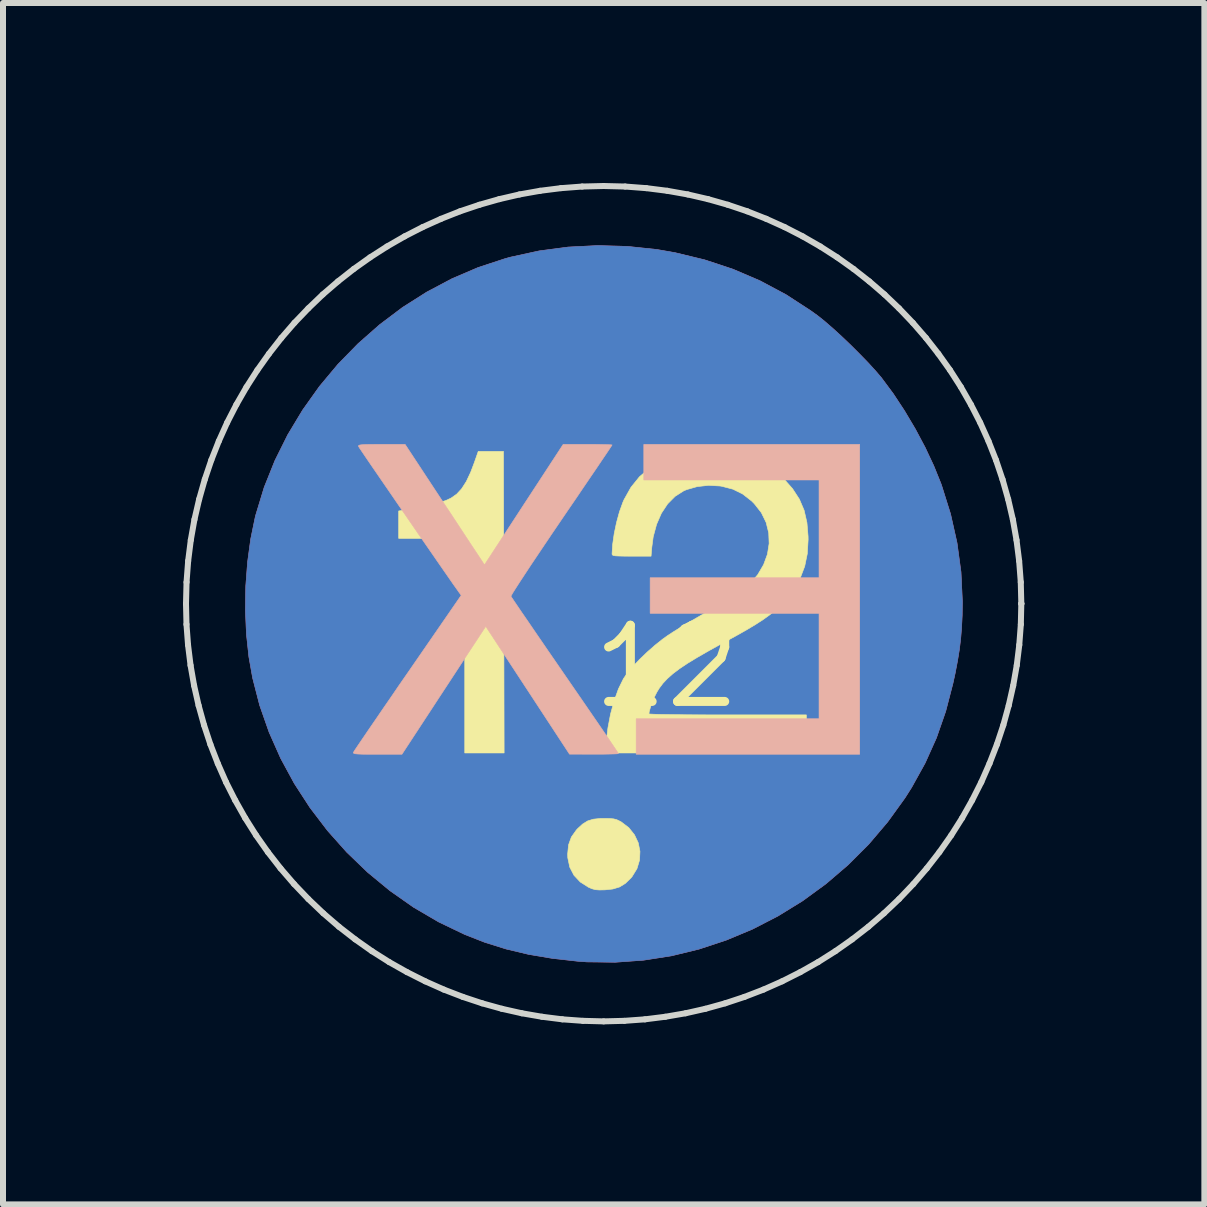
<source format=kicad_pcb>
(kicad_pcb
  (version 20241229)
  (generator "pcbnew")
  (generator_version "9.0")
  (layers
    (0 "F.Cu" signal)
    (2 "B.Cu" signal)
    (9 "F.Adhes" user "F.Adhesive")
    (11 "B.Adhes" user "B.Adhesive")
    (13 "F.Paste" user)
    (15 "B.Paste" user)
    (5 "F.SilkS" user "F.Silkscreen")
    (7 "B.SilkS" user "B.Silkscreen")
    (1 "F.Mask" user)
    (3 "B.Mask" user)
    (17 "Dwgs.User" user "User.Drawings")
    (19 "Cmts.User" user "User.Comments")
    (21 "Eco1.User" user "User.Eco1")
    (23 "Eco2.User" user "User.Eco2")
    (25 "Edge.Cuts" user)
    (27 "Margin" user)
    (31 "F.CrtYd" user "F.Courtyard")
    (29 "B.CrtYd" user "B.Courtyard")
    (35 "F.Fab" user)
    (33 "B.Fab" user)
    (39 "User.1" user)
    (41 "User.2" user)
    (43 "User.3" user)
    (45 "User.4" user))
  (footprint "12"
    (layer "F.Cu")
    (at 8.061 8.061)
    (property "Reference" "12" (at 0 0 0) (layer "F.SilkS") (effects (font (size 1.27 1.27) (thickness 0.15))))
    (attr through_hole)
    (fp_poly (pts (xy -0.654 -7.004) (xy -0.162 -6.952) (xy 0.141 -6.899) (xy 0.632 -6.78) (xy 1.104 -6.624) (xy 1.555 -6.431) (xy 1.988 -6.2) (xy 2.402 -5.931) (xy 2.517 -5.848) (xy 2.632 -5.756) (xy 2.767 -5.639) (xy 2.914 -5.505) (xy 3.067 -5.359) (xy 3.217 -5.209) (xy 3.358 -5.064) (xy 3.482 -4.928) (xy 3.582 -4.811) (xy 3.586 -4.805) (xy 3.776 -4.549) (xy 3.963 -4.265) (xy 4.143 -3.962) (xy 4.308 -3.652) (xy 4.452 -3.345) (xy 4.57 -3.053) (xy 4.58 -3.026) (xy 4.731 -2.544) (xy 4.839 -2.062) (xy 4.905 -1.577) (xy 4.928 -1.09) (xy 4.925 -0.857) (xy 4.915 -0.654) (xy 4.9 -0.468) (xy 4.878 -0.286) (xy 4.847 -0.096) (xy 4.807 0.113) (xy 4.771 0.278) (xy 4.65 0.744) (xy 4.496 1.186) (xy 4.307 1.607) (xy 4.082 2.013) (xy 3.971 2.188) (xy 3.683 2.587) (xy 3.366 2.96) (xy 3.022 3.304) (xy 2.654 3.619) (xy 2.265 3.903) (xy 1.856 4.155) (xy 1.431 4.374) (xy 0.991 4.558) (xy 0.54 4.707) (xy 0.08 4.819) (xy -0.387 4.892) (xy -0.858 4.926) (xy -1.331 4.92) (xy -1.482 4.909) (xy -1.908 4.861) (xy -2.303 4.794) (xy -2.676 4.705) (xy -3.033 4.593) (xy -3.365 4.463) (xy -3.8 4.254) (xy -4.217 4.01) (xy -4.612 3.733) (xy -4.984 3.426) (xy -5.331 3.092) (xy -5.651 2.733) (xy -5.943 2.35) (xy -6.204 1.948) (xy -6.432 1.528) (xy -6.625 1.093) (xy -6.782 0.645) (xy -6.9 0.187) (xy -6.962 -0.162) (xy -7.003 -0.543) (xy -7.02 -0.94) (xy -7.014 -1.343) (xy -6.984 -1.742) (xy -6.932 -2.126) (xy -6.858 -2.485) (xy -6.847 -2.529) (xy -6.707 -2.989) (xy -6.528 -3.435) (xy -6.314 -3.865) (xy -6.066 -4.277) (xy -5.787 -4.669) (xy -5.479 -5.038) (xy -5.143 -5.382) (xy -4.783 -5.699) (xy -4.401 -5.987) (xy -3.997 -6.243) (xy -3.576 -6.466) (xy -3.139 -6.653) (xy -2.688 -6.801) (xy -2.596 -6.826) (xy -2.124 -6.929) (xy -1.64 -6.993) (xy -1.148 -7.018) (xy -0.654 -7.004)) (stroke (width 0.01) (type solid)) (fill yes) (layer "F.Cu"))
    (fp_poly (pts (xy -0.654 -7.004) (xy -0.162 -6.952) (xy 0.141 -6.899) (xy 0.632 -6.78) (xy 1.104 -6.624) (xy 1.555 -6.431) (xy 1.988 -6.2) (xy 2.402 -5.931) (xy 2.517 -5.848) (xy 2.632 -5.756) (xy 2.767 -5.639) (xy 2.914 -5.505) (xy 3.067 -5.359) (xy 3.217 -5.209) (xy 3.358 -5.064) (xy 3.482 -4.928) (xy 3.582 -4.811) (xy 3.586 -4.805) (xy 3.776 -4.549) (xy 3.963 -4.265) (xy 4.143 -3.962) (xy 4.308 -3.652) (xy 4.452 -3.345) (xy 4.57 -3.053) (xy 4.58 -3.026) (xy 4.731 -2.544) (xy 4.839 -2.062) (xy 4.905 -1.577) (xy 4.928 -1.09) (xy 4.925 -0.857) (xy 4.915 -0.654) (xy 4.9 -0.468) (xy 4.878 -0.286) (xy 4.847 -0.096) (xy 4.807 0.113) (xy 4.771 0.278) (xy 4.65 0.744) (xy 4.496 1.186) (xy 4.307 1.607) (xy 4.082 2.013) (xy 3.971 2.188) (xy 3.683 2.587) (xy 3.366 2.96) (xy 3.022 3.304) (xy 2.654 3.619) (xy 2.265 3.903) (xy 1.856 4.155) (xy 1.431 4.374) (xy 0.991 4.558) (xy 0.54 4.707) (xy 0.08 4.819) (xy -0.387 4.892) (xy -0.858 4.926) (xy -1.331 4.92) (xy -1.482 4.909) (xy -1.908 4.861) (xy -2.303 4.794) (xy -2.676 4.705) (xy -3.033 4.593) (xy -3.365 4.463) (xy -3.8 4.254) (xy -4.217 4.01) (xy -4.612 3.733) (xy -4.984 3.426) (xy -5.331 3.092) (xy -5.651 2.733) (xy -5.943 2.35) (xy -6.204 1.948) (xy -6.432 1.528) (xy -6.625 1.093) (xy -6.782 0.645) (xy -6.9 0.187) (xy -6.962 -0.162) (xy -7.003 -0.543) (xy -7.02 -0.94) (xy -7.014 -1.343) (xy -6.984 -1.742) (xy -6.932 -2.126) (xy -6.858 -2.485) (xy -6.847 -2.529) (xy -6.707 -2.989) (xy -6.528 -3.435) (xy -6.314 -3.865) (xy -6.066 -4.277) (xy -5.787 -4.669) (xy -5.479 -5.038) (xy -5.143 -5.382) (xy -4.783 -5.699) (xy -4.401 -5.987) (xy -3.997 -6.243) (xy -3.576 -6.466) (xy -3.139 -6.653) (xy -2.688 -6.801) (xy -2.596 -6.826) (xy -2.124 -6.929) (xy -1.64 -6.993) (xy -1.148 -7.018) (xy -0.654 -7.004)) (stroke (width 0.01) (type solid)) (fill yes) (layer "B.Cu"))
    (fp_poly (pts (xy -2.709 1.439) (xy -3.365 1.439) (xy -3.365 -2.138) (xy -4.466 -2.138) (xy -4.466 -2.595) (xy -4.274 -2.623) (xy -4.113 -2.65) (xy -3.953 -2.686) (xy -3.805 -2.727) (xy -3.679 -2.77) (xy -3.594 -2.809) (xy -3.5 -2.875) (xy -3.416 -2.966) (xy -3.339 -3.086) (xy -3.266 -3.241) (xy -3.207 -3.397) (xy -3.14 -3.588) (xy -2.72 -3.588) (xy -2.709 1.439)) (stroke (width 0.01) (type solid)) (fill yes) (layer "F.SilkS"))
    (fp_poly (pts (xy -0.952 2.531) (xy -0.884 2.537) (xy -0.833 2.55) (xy -0.783 2.574) (xy -0.758 2.587) (xy -0.631 2.684) (xy -0.536 2.803) (xy -0.473 2.937) (xy -0.445 3.079) (xy -0.452 3.225) (xy -0.495 3.367) (xy -0.576 3.499) (xy -0.597 3.524) (xy -0.689 3.613) (xy -0.785 3.672) (xy -0.898 3.706) (xy -1.027 3.72) (xy -1.12 3.722) (xy -1.188 3.717) (xy -1.246 3.701) (xy -1.302 3.677) (xy -1.44 3.589) (xy -1.545 3.477) (xy -1.615 3.342) (xy -1.648 3.186) (xy -1.65 3.122) (xy -1.635 2.97) (xy -1.588 2.84) (xy -1.505 2.723) (xy -1.486 2.702) (xy -1.4 2.623) (xy -1.316 2.571) (xy -1.221 2.542) (xy -1.103 2.53) (xy -1.048 2.53) (xy -0.952 2.531)) (stroke (width 0.01) (type solid)) (fill yes) (layer "F.SilkS"))
    (fp_poly (pts (xy 1.11 -3.558) (xy 1.369 -3.493) (xy 1.587 -3.404) (xy 1.682 -3.355) (xy 1.763 -3.301) (xy 1.844 -3.235) (xy 1.937 -3.147) (xy 1.949 -3.135) (xy 2.099 -2.965) (xy 2.212 -2.791) (xy 2.291 -2.606) (xy 2.338 -2.401) (xy 2.357 -2.172) (xy 2.358 -2.117) (xy 2.344 -1.882) (xy 2.301 -1.673) (xy 2.227 -1.479) (xy 2.117 -1.291) (xy 2.035 -1.18) (xy 1.961 -1.091) (xy 1.885 -1.01) (xy 1.805 -0.934) (xy 1.713 -0.86) (xy 1.607 -0.784) (xy 1.482 -0.703) (xy 1.332 -0.613) (xy 1.153 -0.512) (xy 0.941 -0.396) (xy 0.931 -0.391) (xy 0.703 -0.265) (xy 0.51 -0.154) (xy 0.347 -0.055) (xy 0.213 0.035) (xy 0.102 0.119) (xy 0.012 0.199) (xy -0.062 0.278) (xy -0.123 0.359) (xy -0.164 0.426) (xy -0.2 0.497) (xy -0.236 0.582) (xy -0.267 0.667) (xy -0.289 0.741) (xy -0.296 0.787) (xy -0.276 0.79) (xy -0.216 0.793) (xy -0.122 0.796) (xy 0.004 0.798) (xy 0.158 0.8) (xy 0.336 0.802) (xy 0.535 0.803) (xy 0.751 0.804) (xy 0.981 0.804) (xy 1.016 0.804) (xy 2.328 0.804) (xy 2.328 1.439) (xy -1.022 1.439) (xy -1.007 1.254) (xy -0.979 1.021) (xy -0.935 0.789) (xy -0.875 0.57) (xy -0.804 0.372) (xy -0.723 0.207) (xy -0.718 0.198) (xy -0.654 0.105) (xy -0.562 -0.004) (xy -0.45 -0.122) (xy -0.325 -0.242) (xy -0.194 -0.357) (xy -0.065 -0.46) (xy 0.021 -0.521) (xy 0.108 -0.578) (xy 0.223 -0.649) (xy 0.356 -0.729) (xy 0.497 -0.812) (xy 0.637 -0.893) (xy 0.667 -0.91) (xy 0.797 -0.984) (xy 0.924 -1.058) (xy 1.039 -1.126) (xy 1.134 -1.185) (xy 1.203 -1.229) (xy 1.22 -1.24) (xy 1.386 -1.379) (xy 1.518 -1.533) (xy 1.616 -1.7) (xy 1.68 -1.874) (xy 1.708 -2.052) (xy 1.701 -2.23) (xy 1.658 -2.403) (xy 1.578 -2.567) (xy 1.46 -2.717) (xy 1.416 -2.761) (xy 1.266 -2.878) (xy 1.104 -2.958) (xy 0.92 -3.006) (xy 0.89 -3.011) (xy 0.699 -3.022) (xy 0.509 -3.001) (xy 0.334 -2.951) (xy 0.284 -2.93) (xy 0.141 -2.839) (xy 0.016 -2.713) (xy -0.088 -2.556) (xy -0.168 -2.372) (xy -0.224 -2.165) (xy -0.248 -1.986) (xy -0.26 -1.841) (xy -0.585 -1.841) (xy -0.709 -1.842) (xy -0.797 -1.844) (xy -0.855 -1.847) (xy -0.889 -1.853) (xy -0.905 -1.863) (xy -0.91 -1.876) (xy -0.91 -1.879) (xy -0.9 -2.038) (xy -0.874 -2.218) (xy -0.835 -2.404) (xy -0.786 -2.583) (xy -0.73 -2.738) (xy -0.711 -2.782) (xy -0.595 -2.989) (xy -0.453 -3.165) (xy -0.286 -3.308) (xy -0.09 -3.422) (xy 0.134 -3.505) (xy 0.388 -3.559) (xy 0.537 -3.577) (xy 0.833 -3.586) (xy 1.11 -3.558)) (stroke (width 0.01) (type solid)) (fill yes) (layer "F.SilkS"))
    (fp_poly (pts (xy 3.217 1.46) (xy -0.508 1.46) (xy -0.508 0.868) (xy 2.54 0.868) (xy 2.54 -0.889) (xy -0.275 -0.889) (xy -0.275 -1.482) (xy 2.54 -1.482) (xy 2.54 -3.111) (xy -0.381 -3.111) (xy -0.381 -3.704) (xy 3.217 -3.704) (xy 3.217 1.46)) (stroke (width 0.01) (type solid)) (fill yes) (layer "B.SilkS"))
    (fp_poly (pts (xy -3.882 -2.979) (xy -3.77 -2.809) (xy -3.657 -2.638) (xy -3.548 -2.473) (xy -3.447 -2.319) (xy -3.357 -2.182) (xy -3.282 -2.068) (xy -3.226 -1.983) (xy -3.22 -1.975) (xy -3.036 -1.696) (xy -2.381 -2.7) (xy -1.725 -3.704) (xy -1.318 -3.704) (xy -1.192 -3.704) (xy -1.081 -3.702) (xy -0.993 -3.7) (xy -0.934 -3.698) (xy -0.91 -3.695) (xy -0.91 -3.695) (xy -0.922 -3.676) (xy -0.955 -3.626) (xy -1.009 -3.545) (xy -1.081 -3.439) (xy -1.169 -3.308) (xy -1.272 -3.157) (xy -1.387 -2.988) (xy -1.512 -2.803) (xy -1.647 -2.606) (xy -1.758 -2.443) (xy -1.898 -2.237) (xy -2.03 -2.041) (xy -2.153 -1.858) (xy -2.265 -1.691) (xy -2.363 -1.542) (xy -2.447 -1.414) (xy -2.514 -1.31) (xy -2.562 -1.234) (xy -2.589 -1.187) (xy -2.595 -1.173) (xy -2.582 -1.152) (xy -2.546 -1.098) (xy -2.49 -1.015) (xy -2.416 -0.906) (xy -2.325 -0.774) (xy -2.22 -0.62) (xy -2.102 -0.448) (xy -1.974 -0.261) (xy -1.836 -0.061) (xy -1.695 0.144) (xy -1.551 0.353) (xy -1.414 0.552) (xy -1.286 0.738) (xy -1.169 0.908) (xy -1.065 1.06) (xy -0.976 1.191) (xy -0.904 1.298) (xy -0.85 1.378) (xy -0.816 1.429) (xy -0.804 1.448) (xy -0.824 1.452) (xy -0.88 1.455) (xy -0.966 1.457) (xy -1.074 1.459) (xy -1.199 1.459) (xy -1.212 1.459) (xy -1.619 1.458) (xy -2.317 0.393) (xy -3.015 -0.672) (xy -3.281 -0.267) (xy -3.358 -0.15) (xy -3.453 -0.004) (xy -3.561 0.161) (xy -3.677 0.338) (xy -3.796 0.519) (xy -3.912 0.697) (xy -3.979 0.799) (xy -4.412 1.46) (xy -4.822 1.46) (xy -4.965 1.46) (xy -5.07 1.459) (xy -5.143 1.456) (xy -5.189 1.452) (xy -5.214 1.445) (xy -5.222 1.435) (xy -5.22 1.429) (xy -5.207 1.406) (xy -5.171 1.352) (xy -5.115 1.269) (xy -5.04 1.159) (xy -4.949 1.025) (xy -4.843 0.871) (xy -4.725 0.698) (xy -4.596 0.511) (xy -4.459 0.31) (xy -4.316 0.104) (xy -3.424 -1.189) (xy -3.465 -1.245) (xy -3.498 -1.292) (xy -3.551 -1.366) (xy -3.62 -1.466) (xy -3.705 -1.588) (xy -3.802 -1.728) (xy -3.909 -1.883) (xy -4.024 -2.049) (xy -4.144 -2.222) (xy -4.267 -2.401) (xy -4.39 -2.58) (xy -4.512 -2.757) (xy -4.629 -2.928) (xy -4.74 -3.089) (xy -4.842 -3.238) (xy -4.933 -3.37) (xy -5.009 -3.482) (xy -5.07 -3.572) (xy -5.112 -3.634) (xy -5.133 -3.667) (xy -5.135 -3.67) (xy -5.136 -3.682) (xy -5.124 -3.691) (xy -5.095 -3.697) (xy -5.043 -3.701) (xy -4.963 -3.703) (xy -4.849 -3.704) (xy -4.753 -3.704) (xy -4.359 -3.704) (xy -3.882 -2.979)) (stroke (width 0.01) (type solid)) (fill yes) (layer "B.SilkS"))
    (fp_line (start -8.011 -1.05) (end -8.002 -1.408) (stroke (width 0.1) (type solid)) (layer "Edge.Cuts"))
    (fp_line (start -8.003 -0.705) (end -8.011 -1.05) (stroke (width 0.1) (type solid)) (layer "Edge.Cuts"))
    (fp_line (start -8.002 -1.408) (end -7.975 -1.762) (stroke (width 0.1) (type solid)) (layer "Edge.Cuts"))
    (fp_line (start -7.977 -0.362) (end -8.003 -0.705) (stroke (width 0.1) (type solid)) (layer "Edge.Cuts"))
    (fp_line (start -7.975 -1.762) (end -7.931 -2.11) (stroke (width 0.1) (type solid)) (layer "Edge.Cuts"))
    (fp_line (start -7.935 -0.022) (end -7.977 -0.362) (stroke (width 0.1) (type solid)) (layer "Edge.Cuts"))
    (fp_line (start -7.931 -2.11) (end -7.87 -2.453) (stroke (width 0.1) (type solid)) (layer "Edge.Cuts"))
    (fp_line (start -7.876 0.315) (end -7.935 -0.022) (stroke (width 0.1) (type solid)) (layer "Edge.Cuts"))
    (fp_line (start -7.87 -2.453) (end -7.792 -2.789) (stroke (width 0.1) (type solid)) (layer "Edge.Cuts"))
    (fp_line (start -7.801 0.647) (end -7.876 0.315) (stroke (width 0.1) (type solid)) (layer "Edge.Cuts"))
    (fp_line (start -7.792 -2.789) (end -7.698 -3.12) (stroke (width 0.1) (type solid)) (layer "Edge.Cuts"))
    (fp_line (start -7.71 0.975) (end -7.801 0.647) (stroke (width 0.1) (type solid)) (layer "Edge.Cuts"))
    (fp_line (start -7.698 -3.12) (end -7.589 -3.443) (stroke (width 0.1) (type solid)) (layer "Edge.Cuts"))
    (fp_line (start -7.604 1.297) (end -7.71 0.975) (stroke (width 0.1) (type solid)) (layer "Edge.Cuts"))
    (fp_line (start -7.589 -3.443) (end -7.464 -3.759) (stroke (width 0.1) (type solid)) (layer "Edge.Cuts"))
    (fp_line (start -7.481 1.614) (end -7.604 1.297) (stroke (width 0.1) (type solid)) (layer "Edge.Cuts"))
    (fp_line (start -7.464 -3.759) (end -7.325 -4.068) (stroke (width 0.1) (type solid)) (layer "Edge.Cuts"))
    (fp_line (start -7.344 1.925) (end -7.481 1.614) (stroke (width 0.1) (type solid)) (layer "Edge.Cuts"))
    (fp_line (start -7.325 -4.068) (end -7.171 -4.368) (stroke (width 0.1) (type solid)) (layer "Edge.Cuts"))
    (fp_line (start -7.191 2.228) (end -7.344 1.925) (stroke (width 0.1) (type solid)) (layer "Edge.Cuts"))
    (fp_line (start -7.171 -4.368) (end -7.003 -4.66) (stroke (width 0.1) (type solid)) (layer "Edge.Cuts"))
    (fp_line (start -7.024 2.524) (end -7.191 2.228) (stroke (width 0.1) (type solid)) (layer "Edge.Cuts"))
    (fp_line (start -7.003 -4.66) (end -6.822 -4.942) (stroke (width 0.1) (type solid)) (layer "Edge.Cuts"))
    (fp_line (start -6.842 2.812) (end -7.024 2.524) (stroke (width 0.1) (type solid)) (layer "Edge.Cuts"))
    (fp_line (start -6.822 -4.942) (end -6.628 -5.215) (stroke (width 0.1) (type solid)) (layer "Edge.Cuts"))
    (fp_line (start -6.645 3.092) (end -6.842 2.812) (stroke (width 0.1) (type solid)) (layer "Edge.Cuts"))
    (fp_line (start -6.628 -5.215) (end -6.422 -5.478) (stroke (width 0.1) (type solid)) (layer "Edge.Cuts"))
    (fp_line (start -6.435 3.362) (end -6.645 3.092) (stroke (width 0.1) (type solid)) (layer "Edge.Cuts"))
    (fp_line (start -6.422 -5.478) (end -6.203 -5.731) (stroke (width 0.1) (type solid)) (layer "Edge.Cuts"))
    (fp_line (start -6.21 3.623) (end -6.435 3.362) (stroke (width 0.1) (type solid)) (layer "Edge.Cuts"))
    (fp_line (start -6.203 -5.731) (end -5.972 -5.972) (stroke (width 0.1) (type solid)) (layer "Edge.Cuts"))
    (fp_line (start -5.972 -5.972) (end -5.731 -6.203) (stroke (width 0.1) (type solid)) (layer "Edge.Cuts"))
    (fp_line (start -5.972 3.873) (end -6.21 3.623) (stroke (width 0.1) (type solid)) (layer "Edge.Cuts"))
    (fp_line (start -5.731 -6.203) (end -5.478 -6.421) (stroke (width 0.1) (type solid)) (layer "Edge.Cuts"))
    (fp_line (start -5.722 4.111) (end -5.972 3.873) (stroke (width 0.1) (type solid)) (layer "Edge.Cuts"))
    (fp_line (start -5.478 -6.421) (end -5.215 -6.628) (stroke (width 0.1) (type solid)) (layer "Edge.Cuts"))
    (fp_line (start -5.462 4.335) (end -5.722 4.111) (stroke (width 0.1) (type solid)) (layer "Edge.Cuts"))
    (fp_line (start -5.215 -6.628) (end -4.942 -6.822) (stroke (width 0.1) (type solid)) (layer "Edge.Cuts"))
    (fp_line (start -5.191 4.545) (end -5.462 4.335) (stroke (width 0.1) (type solid)) (layer "Edge.Cuts"))
    (fp_line (start -4.942 -6.822) (end -4.66 -7.003) (stroke (width 0.1) (type solid)) (layer "Edge.Cuts"))
    (fp_line (start -4.912 4.742) (end -5.191 4.545) (stroke (width 0.1) (type solid)) (layer "Edge.Cuts"))
    (fp_line (start -4.66 -7.003) (end -4.368 -7.171) (stroke (width 0.1) (type solid)) (layer "Edge.Cuts"))
    (fp_line (start -4.624 4.924) (end -4.912 4.742) (stroke (width 0.1) (type solid)) (layer "Edge.Cuts"))
    (fp_line (start -4.368 -7.171) (end -4.068 -7.325) (stroke (width 0.1) (type solid)) (layer "Edge.Cuts"))
    (fp_line (start -4.328 5.091) (end -4.624 4.924) (stroke (width 0.1) (type solid)) (layer "Edge.Cuts"))
    (fp_line (start -4.068 -7.325) (end -3.76 -7.464) (stroke (width 0.1) (type solid)) (layer "Edge.Cuts"))
    (fp_line (start -4.024 5.244) (end -4.328 5.091) (stroke (width 0.1) (type solid)) (layer "Edge.Cuts"))
    (fp_line (start -3.76 -7.464) (end -3.444 -7.589) (stroke (width 0.1) (type solid)) (layer "Edge.Cuts"))
    (fp_line (start -3.714 5.382) (end -4.024 5.244) (stroke (width 0.1) (type solid)) (layer "Edge.Cuts"))
    (fp_line (start -3.444 -7.589) (end -3.12 -7.698) (stroke (width 0.1) (type solid)) (layer "Edge.Cuts"))
    (fp_line (start -3.397 5.504) (end -3.714 5.382) (stroke (width 0.1) (type solid)) (layer "Edge.Cuts"))
    (fp_line (start -3.12 -7.698) (end -2.79 -7.792) (stroke (width 0.1) (type solid)) (layer "Edge.Cuts"))
    (fp_line (start -3.075 5.611) (end -3.397 5.504) (stroke (width 0.1) (type solid)) (layer "Edge.Cuts"))
    (fp_line (start -2.79 -7.792) (end -2.453 -7.87) (stroke (width 0.1) (type solid)) (layer "Edge.Cuts"))
    (fp_line (start -2.747 5.702) (end -3.075 5.611) (stroke (width 0.1) (type solid)) (layer "Edge.Cuts"))
    (fp_line (start -2.453 -7.87) (end -2.11 -7.931) (stroke (width 0.1) (type solid)) (layer "Edge.Cuts"))
    (fp_line (start -2.414 5.777) (end -2.747 5.702) (stroke (width 0.1) (type solid)) (layer "Edge.Cuts"))
    (fp_line (start -2.11 -7.931) (end -1.762 -7.975) (stroke (width 0.1) (type solid)) (layer "Edge.Cuts"))
    (fp_line (start -2.078 5.835) (end -2.414 5.777) (stroke (width 0.1) (type solid)) (layer "Edge.Cuts"))
    (fp_line (start -1.762 -7.975) (end -1.408 -8.002) (stroke (width 0.1) (type solid)) (layer "Edge.Cuts"))
    (fp_line (start -1.738 5.878) (end -2.078 5.835) (stroke (width 0.1) (type solid)) (layer "Edge.Cuts"))
    (fp_line (start -1.408 -8.002) (end -1.05 -8.011) (stroke (width 0.1) (type solid)) (layer "Edge.Cuts"))
    (fp_line (start -1.395 5.903) (end -1.738 5.878) (stroke (width 0.1) (type solid)) (layer "Edge.Cuts"))
    (fp_line (start -1.05 -8.011) (end -0.692 -8.002) (stroke (width 0.1) (type solid)) (layer "Edge.Cuts"))
    (fp_line (start -1.05 5.912) (end -1.395 5.903) (stroke (width 0.1) (type solid)) (layer "Edge.Cuts"))
    (fp_line (start -0.705 5.903) (end -1.05 5.912) (stroke (width 0.1) (type solid)) (layer "Edge.Cuts"))
    (fp_line (start -0.692 -8.002) (end -0.338 -7.975) (stroke (width 0.1) (type solid)) (layer "Edge.Cuts"))
    (fp_line (start -0.362 5.878) (end -0.705 5.903) (stroke (width 0.1) (type solid)) (layer "Edge.Cuts"))
    (fp_line (start -0.338 -7.975) (end 0.01 -7.931) (stroke (width 0.1) (type solid)) (layer "Edge.Cuts"))
    (fp_line (start -0.022 5.835) (end -0.362 5.878) (stroke (width 0.1) (type solid)) (layer "Edge.Cuts"))
    (fp_line (start 0.01 -7.931) (end 0.353 -7.87) (stroke (width 0.1) (type solid)) (layer "Edge.Cuts"))
    (fp_line (start 0.315 5.777) (end -0.022 5.835) (stroke (width 0.1) (type solid)) (layer "Edge.Cuts"))
    (fp_line (start 0.353 -7.87) (end 0.69 -7.792) (stroke (width 0.1) (type solid)) (layer "Edge.Cuts"))
    (fp_line (start 0.647 5.702) (end 0.315 5.777) (stroke (width 0.1) (type solid)) (layer "Edge.Cuts"))
    (fp_line (start 0.69 -7.792) (end 1.02 -7.698) (stroke (width 0.1) (type solid)) (layer "Edge.Cuts"))
    (fp_line (start 0.975 5.611) (end 0.647 5.702) (stroke (width 0.1) (type solid)) (layer "Edge.Cuts"))
    (fp_line (start 1.02 -7.698) (end 1.344 -7.589) (stroke (width 0.1) (type solid)) (layer "Edge.Cuts"))
    (fp_line (start 1.297 5.504) (end 0.975 5.611) (stroke (width 0.1) (type solid)) (layer "Edge.Cuts"))
    (fp_line (start 1.344 -7.589) (end 1.66 -7.464) (stroke (width 0.1) (type solid)) (layer "Edge.Cuts"))
    (fp_line (start 1.614 5.382) (end 1.297 5.504) (stroke (width 0.1) (type solid)) (layer "Edge.Cuts"))
    (fp_line (start 1.66 -7.464) (end 1.968 -7.325) (stroke (width 0.1) (type solid)) (layer "Edge.Cuts"))
    (fp_line (start 1.925 5.244) (end 1.614 5.382) (stroke (width 0.1) (type solid)) (layer "Edge.Cuts"))
    (fp_line (start 1.968 -7.325) (end 2.268 -7.171) (stroke (width 0.1) (type solid)) (layer "Edge.Cuts"))
    (fp_line (start 2.228 5.091) (end 1.925 5.244) (stroke (width 0.1) (type solid)) (layer "Edge.Cuts"))
    (fp_line (start 2.268 -7.171) (end 2.56 -7.003) (stroke (width 0.1) (type solid)) (layer "Edge.Cuts"))
    (fp_line (start 2.524 4.924) (end 2.228 5.091) (stroke (width 0.1) (type solid)) (layer "Edge.Cuts"))
    (fp_line (start 2.56 -7.003) (end 2.842 -6.822) (stroke (width 0.1) (type solid)) (layer "Edge.Cuts"))
    (fp_line (start 2.812 4.742) (end 2.524 4.924) (stroke (width 0.1) (type solid)) (layer "Edge.Cuts"))
    (fp_line (start 2.842 -6.822) (end 3.115 -6.628) (stroke (width 0.1) (type solid)) (layer "Edge.Cuts"))
    (fp_line (start 3.092 4.545) (end 2.812 4.742) (stroke (width 0.1) (type solid)) (layer "Edge.Cuts"))
    (fp_line (start 3.115 -6.628) (end 3.378 -6.421) (stroke (width 0.1) (type solid)) (layer "Edge.Cuts"))
    (fp_line (start 3.362 4.335) (end 3.092 4.545) (stroke (width 0.1) (type solid)) (layer "Edge.Cuts"))
    (fp_line (start 3.378 -6.421) (end 3.631 -6.203) (stroke (width 0.1) (type solid)) (layer "Edge.Cuts"))
    (fp_line (start 3.622 4.111) (end 3.362 4.335) (stroke (width 0.1) (type solid)) (layer "Edge.Cuts"))
    (fp_line (start 3.631 -6.203) (end 3.873 -5.972) (stroke (width 0.1) (type solid)) (layer "Edge.Cuts"))
    (fp_line (start 3.873 -5.972) (end 4.103 -5.731) (stroke (width 0.1) (type solid)) (layer "Edge.Cuts"))
    (fp_line (start 3.873 3.873) (end 3.622 4.111) (stroke (width 0.1) (type solid)) (layer "Edge.Cuts"))
    (fp_line (start 4.103 -5.731) (end 4.322 -5.478) (stroke (width 0.1) (type solid)) (layer "Edge.Cuts"))
    (fp_line (start 4.111 3.623) (end 3.873 3.873) (stroke (width 0.1) (type solid)) (layer "Edge.Cuts"))
    (fp_line (start 4.322 -5.478) (end 4.528 -5.215) (stroke (width 0.1) (type solid)) (layer "Edge.Cuts"))
    (fp_line (start 4.335 3.362) (end 4.111 3.623) (stroke (width 0.1) (type solid)) (layer "Edge.Cuts"))
    (fp_line (start 4.528 -5.215) (end 4.723 -4.942) (stroke (width 0.1) (type solid)) (layer "Edge.Cuts"))
    (fp_line (start 4.545 3.092) (end 4.335 3.362) (stroke (width 0.1) (type solid)) (layer "Edge.Cuts"))
    (fp_line (start 4.723 -4.942) (end 4.904 -4.66) (stroke (width 0.1) (type solid)) (layer "Edge.Cuts"))
    (fp_line (start 4.742 2.812) (end 4.545 3.092) (stroke (width 0.1) (type solid)) (layer "Edge.Cuts"))
    (fp_line (start 4.904 -4.66) (end 5.071 -4.368) (stroke (width 0.1) (type solid)) (layer "Edge.Cuts"))
    (fp_line (start 4.924 2.524) (end 4.742 2.812) (stroke (width 0.1) (type solid)) (layer "Edge.Cuts"))
    (fp_line (start 5.071 -4.368) (end 5.225 -4.068) (stroke (width 0.1) (type solid)) (layer "Edge.Cuts"))
    (fp_line (start 5.091 2.228) (end 4.924 2.524) (stroke (width 0.1) (type solid)) (layer "Edge.Cuts"))
    (fp_line (start 5.225 -4.068) (end 5.364 -3.759) (stroke (width 0.1) (type solid)) (layer "Edge.Cuts"))
    (fp_line (start 5.244 1.925) (end 5.091 2.228) (stroke (width 0.1) (type solid)) (layer "Edge.Cuts"))
    (fp_line (start 5.364 -3.759) (end 5.489 -3.443) (stroke (width 0.1) (type solid)) (layer "Edge.Cuts"))
    (fp_line (start 5.381 1.614) (end 5.244 1.925) (stroke (width 0.1) (type solid)) (layer "Edge.Cuts"))
    (fp_line (start 5.489 -3.443) (end 5.598 -3.12) (stroke (width 0.1) (type solid)) (layer "Edge.Cuts"))
    (fp_line (start 5.504 1.297) (end 5.381 1.614) (stroke (width 0.1) (type solid)) (layer "Edge.Cuts"))
    (fp_line (start 5.598 -3.12) (end 5.692 -2.789) (stroke (width 0.1) (type solid)) (layer "Edge.Cuts"))
    (fp_line (start 5.611 0.975) (end 5.504 1.297) (stroke (width 0.1) (type solid)) (layer "Edge.Cuts"))
    (fp_line (start 5.692 -2.789) (end 5.77 -2.453) (stroke (width 0.1) (type solid)) (layer "Edge.Cuts"))
    (fp_line (start 5.701 0.647) (end 5.611 0.975) (stroke (width 0.1) (type solid)) (layer "Edge.Cuts"))
    (fp_line (start 5.77 -2.453) (end 5.831 -2.11) (stroke (width 0.1) (type solid)) (layer "Edge.Cuts"))
    (fp_line (start 5.776 0.315) (end 5.701 0.647) (stroke (width 0.1) (type solid)) (layer "Edge.Cuts"))
    (fp_line (start 5.831 -2.11) (end 5.875 -1.762) (stroke (width 0.1) (type solid)) (layer "Edge.Cuts"))
    (fp_line (start 5.835 -0.022) (end 5.776 0.315) (stroke (width 0.1) (type solid)) (layer "Edge.Cuts"))
    (fp_line (start 5.875 -1.762) (end 5.902 -1.408) (stroke (width 0.1) (type solid)) (layer "Edge.Cuts"))
    (fp_line (start 5.877 -0.362) (end 5.835 -0.022) (stroke (width 0.1) (type solid)) (layer "Edge.Cuts"))
    (fp_line (start 5.902 -1.408) (end 5.911 -1.05) (stroke (width 0.1) (type solid)) (layer "Edge.Cuts"))
    (fp_line (start 5.903 -0.705) (end 5.877 -0.362) (stroke (width 0.1) (type solid)) (layer "Edge.Cuts"))
    (fp_line (start 5.911 -1.05) (end 5.903 -0.705) (stroke (width 0.1) (type solid)) (layer "Edge.Cuts"))
    (fp_line (start 5.911 -1.05) (end 5.911 -1.05) (stroke (width 0.1) (type solid)) (layer "Edge.Cuts"))
    (fp_line (start 5.911 -1.05) (end 5.911 -1.05) (stroke (width 0.1) (type solid)) (layer "Edge.Cuts")))
  (gr_rect
    (start -3 -3)
    (end 17.023 17.023)
    (stroke (width 0.1) (type default))
    (fill no)
    (layer "Edge.Cuts")))
</source>
